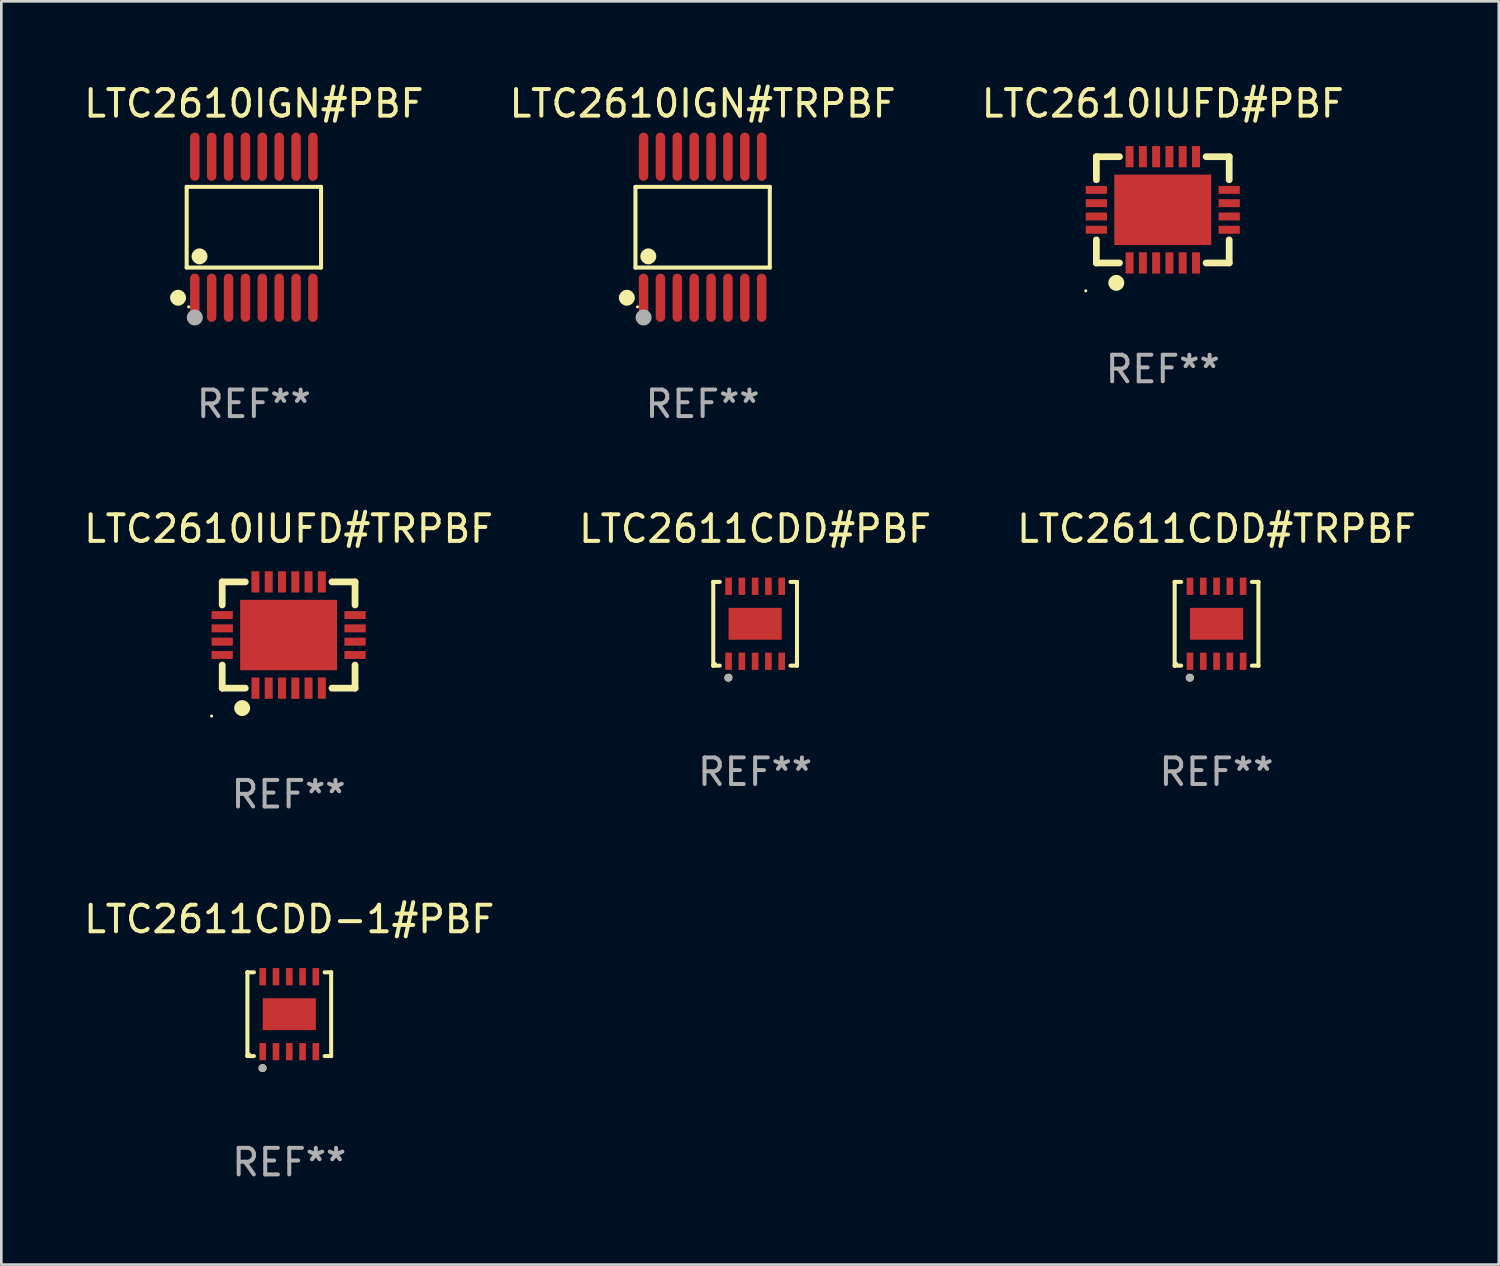
<source format=kicad_pcb>
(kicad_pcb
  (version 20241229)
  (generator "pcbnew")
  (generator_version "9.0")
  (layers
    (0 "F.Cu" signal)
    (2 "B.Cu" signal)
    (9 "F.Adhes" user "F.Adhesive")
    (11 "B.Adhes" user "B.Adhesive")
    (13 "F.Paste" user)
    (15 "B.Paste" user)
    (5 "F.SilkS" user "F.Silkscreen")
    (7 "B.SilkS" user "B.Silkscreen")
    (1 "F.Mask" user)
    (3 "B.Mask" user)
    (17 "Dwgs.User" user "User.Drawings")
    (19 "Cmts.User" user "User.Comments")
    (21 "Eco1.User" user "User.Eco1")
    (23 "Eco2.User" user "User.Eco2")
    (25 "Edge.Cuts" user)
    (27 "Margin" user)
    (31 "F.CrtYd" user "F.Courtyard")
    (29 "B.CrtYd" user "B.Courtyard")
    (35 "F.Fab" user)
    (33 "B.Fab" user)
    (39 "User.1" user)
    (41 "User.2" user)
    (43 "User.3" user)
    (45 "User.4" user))
  (footprint "LTC2611CDD-1#PBF"
    (layer "F.Cu")
    (at 7.839 35.127)
    (property "Reference" "LTC2611CDD-1#PBF" (at 0 -3.576 0) (layer "F.SilkS") (effects (font (size 1 1) (thickness 0.15))))
    (attr through_hole)
    (fp_line (start -1.576 -1.576) (end -1.576 -1.576) (stroke (width 0.152) (type solid)) (layer "F.SilkS"))
    (fp_line (start -1.576 -1.576) (end -1.331 -1.576) (stroke (width 0.152) (type solid)) (layer "F.SilkS"))
    (fp_line (start -1.576 1.576) (end -1.576 -1.576) (stroke (width 0.152) (type solid)) (layer "F.SilkS"))
    (fp_line (start -1.576 1.576) (end -1.576 1.576) (stroke (width 0.152) (type solid)) (layer "F.SilkS"))
    (fp_line (start -1.331 1.576) (end -1.576 1.576) (stroke (width 0.152) (type solid)) (layer "F.SilkS"))
    (fp_line (start 1.331 1.576) (end 1.576 1.576) (stroke (width 0.152) (type solid)) (layer "F.SilkS"))
    (fp_line (start 1.576 -1.576) (end 1.331 -1.576) (stroke (width 0.152) (type solid)) (layer "F.SilkS"))
    (fp_line (start 1.576 -1.576) (end 1.576 -1.576) (stroke (width 0.152) (type solid)) (layer "F.SilkS"))
    (fp_line (start 1.576 1.576) (end 1.576 -1.576) (stroke (width 0.152) (type solid)) (layer "F.SilkS"))
    (fp_line (start 1.576 1.576) (end 1.576 1.576) (stroke (width 0.152) (type solid)) (layer "F.SilkS"))
    (fp_circle (center -1.5 1.5) (end -1.47 1.5) (stroke (width 0.06) (type solid)) (fill no) (layer "F.SilkS"))
    (fp_circle (center -1 2.028) (end -0.925 2.028) (stroke (width 0.15) (type solid)) (fill no) (layer "F.SilkS"))
    (fp_circle (center -1.016 2.032) (end -0.941 2.032) (stroke (width 0.15) (type solid)) (fill no) (layer "F.Fab"))
    (fp_text user "REF**" (at 0 5.576 0) (layer "F.Fab") (effects (font (size 1 1) (thickness 0.15))))
    (pad "1" smd rect (at -1 1.411) (size 0.25 0.65) (layers "F.Cu" "F.Mask" "F.Paste"))
    (pad "2" smd rect (at -0.5 1.411) (size 0.25 0.65) (layers "F.Cu" "F.Mask" "F.Paste"))
    (pad "3" smd rect (at 0 1.411) (size 0.25 0.65) (layers "F.Cu" "F.Mask" "F.Paste"))
    (pad "4" smd rect (at 0.5 1.411) (size 0.25 0.65) (layers "F.Cu" "F.Mask" "F.Paste"))
    (pad "5" smd rect (at 1 1.411) (size 0.25 0.65) (layers "F.Cu" "F.Mask" "F.Paste"))
    (pad "6" smd rect (at 1 -1.411) (size 0.25 0.65) (layers "F.Cu" "F.Mask" "F.Paste"))
    (pad "7" smd rect (at 0.5 -1.411) (size 0.25 0.65) (layers "F.Cu" "F.Mask" "F.Paste"))
    (pad "8" smd rect (at 0 -1.411) (size 0.25 0.65) (layers "F.Cu" "F.Mask" "F.Paste"))
    (pad "9" smd rect (at -0.5 -1.411) (size 0.25 0.65) (layers "F.Cu" "F.Mask" "F.Paste"))
    (pad "10" smd rect (at -1 -1.411) (size 0.25 0.65) (layers "F.Cu" "F.Mask" "F.Paste"))
    (pad "11" smd rect (at 0 0) (size 2 1.2) (layers "F.Cu" "F.Mask" "F.Paste")))
  (footprint "LTC2610IGN#TRPBF"
    (layer "F.Cu")
    (at 23.399 5.503)
    (property "Reference" "LTC2610IGN#TRPBF" (at 0 -4.655 0) (layer "F.SilkS") (effects (font (size 1 1) (thickness 0.15))))
    (attr through_hole)
    (fp_line (start -2.529 -1.519) (end 2.529 -1.519) (stroke (width 0.152) (type solid)) (layer "F.SilkS"))
    (fp_line (start -2.529 1.519) (end -2.529 -1.519) (stroke (width 0.152) (type solid)) (layer "F.SilkS"))
    (fp_line (start 2.529 -1.519) (end 2.529 1.519) (stroke (width 0.152) (type solid)) (layer "F.SilkS"))
    (fp_line (start 2.529 1.519) (end -2.529 1.519) (stroke (width 0.152) (type solid)) (layer "F.SilkS"))
    (fp_circle (center -2.853 2.655) (end -2.703 2.655) (stroke (width 0.3) (type solid)) (fill no) (layer "F.SilkS"))
    (fp_circle (center -2.453 2.998) (end -2.423 2.998) (stroke (width 0.06) (type solid)) (fill no) (layer "F.SilkS"))
    (fp_circle (center -2.045 1.097) (end -1.895 1.097) (stroke (width 0.3) (type solid)) (fill no) (layer "F.SilkS"))
    (fp_circle (center -2.223 3.398) (end -2.072 3.398) (stroke (width 0.3) (type solid)) (fill no) (layer "F.Fab"))
    (fp_text user "REF**" (at 0 6.655 0) (layer "F.Fab") (effects (font (size 1 1) (thickness 0.15))))
    (pad "1" smd oval (at -2.223 2.655) (size 0.356 1.815) (layers "F.Cu" "F.Mask" "F.Paste"))
    (pad "2" smd oval (at -1.588 2.655) (size 0.356 1.815) (layers "F.Cu" "F.Mask" "F.Paste"))
    (pad "3" smd oval (at -0.953 2.655) (size 0.356 1.815) (layers "F.Cu" "F.Mask" "F.Paste"))
    (pad "4" smd oval (at -0.318 2.655) (size 0.356 1.815) (layers "F.Cu" "F.Mask" "F.Paste"))
    (pad "5" smd oval (at 0.318 2.655) (size 0.356 1.815) (layers "F.Cu" "F.Mask" "F.Paste"))
    (pad "6" smd oval (at 0.953 2.655) (size 0.356 1.815) (layers "F.Cu" "F.Mask" "F.Paste"))
    (pad "7" smd oval (at 1.588 2.655) (size 0.356 1.815) (layers "F.Cu" "F.Mask" "F.Paste"))
    (pad "8" smd oval (at 2.223 2.655) (size 0.356 1.815) (layers "F.Cu" "F.Mask" "F.Paste"))
    (pad "9" smd oval (at 2.223 -2.655) (size 0.356 1.815) (layers "F.Cu" "F.Mask" "F.Paste"))
    (pad "10" smd oval (at 1.588 -2.655) (size 0.356 1.815) (layers "F.Cu" "F.Mask" "F.Paste"))
    (pad "11" smd oval (at 0.953 -2.655) (size 0.356 1.815) (layers "F.Cu" "F.Mask" "F.Paste"))
    (pad "12" smd oval (at 0.318 -2.655) (size 0.356 1.815) (layers "F.Cu" "F.Mask" "F.Paste"))
    (pad "13" smd oval (at -0.318 -2.655) (size 0.356 1.815) (layers "F.Cu" "F.Mask" "F.Paste"))
    (pad "14" smd oval (at -0.953 -2.655) (size 0.356 1.815) (layers "F.Cu" "F.Mask" "F.Paste"))
    (pad "15" smd oval (at -1.588 -2.655) (size 0.356 1.815) (layers "F.Cu" "F.Mask" "F.Paste"))
    (pad "16" smd oval (at -2.223 -2.655) (size 0.356 1.815) (layers "F.Cu" "F.Mask" "F.Paste")))
  (footprint "LTC2611CDD#PBF"
    (layer "F.Cu")
    (at 25.375 20.431)
    (property "Reference" "LTC2611CDD#PBF" (at 0 -3.576 0) (layer "F.SilkS") (effects (font (size 1 1) (thickness 0.15))))
    (attr through_hole)
    (fp_line (start -1.576 -1.576) (end -1.576 -1.576) (stroke (width 0.152) (type solid)) (layer "F.SilkS"))
    (fp_line (start -1.576 -1.576) (end -1.331 -1.576) (stroke (width 0.152) (type solid)) (layer "F.SilkS"))
    (fp_line (start -1.576 1.576) (end -1.576 -1.576) (stroke (width 0.152) (type solid)) (layer "F.SilkS"))
    (fp_line (start -1.576 1.576) (end -1.576 1.576) (stroke (width 0.152) (type solid)) (layer "F.SilkS"))
    (fp_line (start -1.331 1.576) (end -1.576 1.576) (stroke (width 0.152) (type solid)) (layer "F.SilkS"))
    (fp_line (start 1.331 1.576) (end 1.576 1.576) (stroke (width 0.152) (type solid)) (layer "F.SilkS"))
    (fp_line (start 1.576 -1.576) (end 1.331 -1.576) (stroke (width 0.152) (type solid)) (layer "F.SilkS"))
    (fp_line (start 1.576 -1.576) (end 1.576 -1.576) (stroke (width 0.152) (type solid)) (layer "F.SilkS"))
    (fp_line (start 1.576 1.576) (end 1.576 -1.576) (stroke (width 0.152) (type solid)) (layer "F.SilkS"))
    (fp_line (start 1.576 1.576) (end 1.576 1.576) (stroke (width 0.152) (type solid)) (layer "F.SilkS"))
    (fp_circle (center -1.5 1.5) (end -1.47 1.5) (stroke (width 0.06) (type solid)) (fill no) (layer "F.SilkS"))
    (fp_circle (center -1 2.028) (end -0.925 2.028) (stroke (width 0.15) (type solid)) (fill no) (layer "F.SilkS"))
    (fp_circle (center -1.016 2.032) (end -0.941 2.032) (stroke (width 0.15) (type solid)) (fill no) (layer "F.Fab"))
    (fp_text user "REF**" (at 0 5.576 0) (layer "F.Fab") (effects (font (size 1 1) (thickness 0.15))))
    (pad "1" smd rect (at -1 1.411) (size 0.25 0.65) (layers "F.Cu" "F.Mask" "F.Paste"))
    (pad "2" smd rect (at -0.5 1.411) (size 0.25 0.65) (layers "F.Cu" "F.Mask" "F.Paste"))
    (pad "3" smd rect (at 0 1.411) (size 0.25 0.65) (layers "F.Cu" "F.Mask" "F.Paste"))
    (pad "4" smd rect (at 0.5 1.411) (size 0.25 0.65) (layers "F.Cu" "F.Mask" "F.Paste"))
    (pad "5" smd rect (at 1 1.411) (size 0.25 0.65) (layers "F.Cu" "F.Mask" "F.Paste"))
    (pad "6" smd rect (at 1 -1.411) (size 0.25 0.65) (layers "F.Cu" "F.Mask" "F.Paste"))
    (pad "7" smd rect (at 0.5 -1.411) (size 0.25 0.65) (layers "F.Cu" "F.Mask" "F.Paste"))
    (pad "8" smd rect (at 0 -1.411) (size 0.25 0.65) (layers "F.Cu" "F.Mask" "F.Paste"))
    (pad "9" smd rect (at -0.5 -1.411) (size 0.25 0.65) (layers "F.Cu" "F.Mask" "F.Paste"))
    (pad "10" smd rect (at -1 -1.411) (size 0.25 0.65) (layers "F.Cu" "F.Mask" "F.Paste"))
    (pad "11" smd rect (at 0 0) (size 2 1.2) (layers "F.Cu" "F.Mask" "F.Paste")))
  (footprint "LTC2610IUFD#TRPBF"
    (layer "F.Cu")
    (at 7.815 20.854)
    (property "Reference" "LTC2610IUFD#TRPBF" (at 0 -4 0) (layer "F.SilkS") (effects (font (size 1 1) (thickness 0.15))))
    (attr through_hole)
    (fp_line (start -2.5 -2) (end -1.631 -2) (stroke (width 0.254) (type solid)) (layer "F.SilkS"))
    (fp_line (start -2.5 -1.131) (end -2.5 -2) (stroke (width 0.254) (type solid)) (layer "F.SilkS"))
    (fp_line (start -2.5 2) (end -2.5 1.131) (stroke (width 0.254) (type solid)) (layer "F.SilkS"))
    (fp_line (start -1.631 2) (end -2.5 2) (stroke (width 0.254) (type solid)) (layer "F.SilkS"))
    (fp_line (start 1.631 -2) (end 2.5 -2) (stroke (width 0.254) (type solid)) (layer "F.SilkS"))
    (fp_line (start 2.5 -2) (end 2.5 -1.131) (stroke (width 0.254) (type solid)) (layer "F.SilkS"))
    (fp_line (start 2.5 1.131) (end 2.5 2) (stroke (width 0.254) (type solid)) (layer "F.SilkS"))
    (fp_line (start 2.5 2) (end 1.631 2) (stroke (width 0.254) (type solid)) (layer "F.SilkS"))
    (fp_circle (center -2.9 3.05) (end -2.87 3.05) (stroke (width 0.06) (type solid)) (fill no) (layer "F.SilkS"))
    (fp_circle (center -1.75 2.75) (end -1.6 2.75) (stroke (width 0.3) (type solid)) (fill no) (layer "F.SilkS"))
    (fp_text user "REF**" (at 0 6 0) (layer "F.Fab") (effects (font (size 1 1) (thickness 0.15))))
    (pad "1" smd rect (at -1.25 2 90) (size 0.8 0.3) (layers "F.Cu" "F.Mask" "F.Paste"))
    (pad "2" smd rect (at -0.75 2 90) (size 0.8 0.3) (layers "F.Cu" "F.Mask" "F.Paste"))
    (pad "3" smd rect (at -0.25 2 90) (size 0.8 0.3) (layers "F.Cu" "F.Mask" "F.Paste"))
    (pad "4" smd rect (at 0.25 2 90) (size 0.8 0.3) (layers "F.Cu" "F.Mask" "F.Paste"))
    (pad "5" smd rect (at 0.75 2 90) (size 0.8 0.3) (layers "F.Cu" "F.Mask" "F.Paste"))
    (pad "6" smd rect (at 1.25 2 90) (size 0.8 0.3) (layers "F.Cu" "F.Mask" "F.Paste"))
    (pad "7" smd rect (at 2.5 0.75 180) (size 0.8 0.3) (layers "F.Cu" "F.Mask" "F.Paste"))
    (pad "8" smd rect (at 2.5 0.25 180) (size 0.8 0.3) (layers "F.Cu" "F.Mask" "F.Paste"))
    (pad "9" smd rect (at 2.5 -0.25 180) (size 0.8 0.3) (layers "F.Cu" "F.Mask" "F.Paste"))
    (pad "10" smd rect (at 2.5 -0.75 180) (size 0.8 0.3) (layers "F.Cu" "F.Mask" "F.Paste"))
    (pad "11" smd rect (at 1.25 -2 270) (size 0.8 0.3) (layers "F.Cu" "F.Mask" "F.Paste"))
    (pad "12" smd rect (at 0.75 -2 270) (size 0.8 0.3) (layers "F.Cu" "F.Mask" "F.Paste"))
    (pad "13" smd rect (at 0.25 -2 270) (size 0.8 0.3) (layers "F.Cu" "F.Mask" "F.Paste"))
    (pad "14" smd rect (at -0.25 -2 270) (size 0.8 0.3) (layers "F.Cu" "F.Mask" "F.Paste"))
    (pad "15" smd rect (at -0.75 -2 270) (size 0.8 0.3) (layers "F.Cu" "F.Mask" "F.Paste"))
    (pad "16" smd rect (at -1.25 -2 270) (size 0.8 0.3) (layers "F.Cu" "F.Mask" "F.Paste"))
    (pad "17" smd rect (at -2.5 -0.75) (size 0.8 0.3) (layers "F.Cu" "F.Mask" "F.Paste"))
    (pad "18" smd rect (at -2.5 -0.25) (size 0.8 0.3) (layers "F.Cu" "F.Mask" "F.Paste"))
    (pad "19" smd rect (at -2.5 0.25) (size 0.8 0.3) (layers "F.Cu" "F.Mask" "F.Paste"))
    (pad "20" smd rect (at -2.5 0.75) (size 0.8 0.3) (layers "F.Cu" "F.Mask" "F.Paste"))
    (pad "21" smd rect (at 0 0) (size 3.65 2.65) (layers "F.Cu" "F.Mask" "F.Paste")))
  (footprint "LTC2611CDD#TRPBF"
    (layer "F.Cu")
    (at 42.744 20.431)
    (property "Reference" "LTC2611CDD#TRPBF" (at 0 -3.576 0) (layer "F.SilkS") (effects (font (size 1 1) (thickness 0.15))))
    (attr through_hole)
    (fp_line (start -1.576 -1.576) (end -1.576 -1.576) (stroke (width 0.152) (type solid)) (layer "F.SilkS"))
    (fp_line (start -1.576 -1.576) (end -1.331 -1.576) (stroke (width 0.152) (type solid)) (layer "F.SilkS"))
    (fp_line (start -1.576 1.576) (end -1.576 -1.576) (stroke (width 0.152) (type solid)) (layer "F.SilkS"))
    (fp_line (start -1.576 1.576) (end -1.576 1.576) (stroke (width 0.152) (type solid)) (layer "F.SilkS"))
    (fp_line (start -1.331 1.576) (end -1.576 1.576) (stroke (width 0.152) (type solid)) (layer "F.SilkS"))
    (fp_line (start 1.331 1.576) (end 1.576 1.576) (stroke (width 0.152) (type solid)) (layer "F.SilkS"))
    (fp_line (start 1.576 -1.576) (end 1.331 -1.576) (stroke (width 0.152) (type solid)) (layer "F.SilkS"))
    (fp_line (start 1.576 -1.576) (end 1.576 -1.576) (stroke (width 0.152) (type solid)) (layer "F.SilkS"))
    (fp_line (start 1.576 1.576) (end 1.576 -1.576) (stroke (width 0.152) (type solid)) (layer "F.SilkS"))
    (fp_line (start 1.576 1.576) (end 1.576 1.576) (stroke (width 0.152) (type solid)) (layer "F.SilkS"))
    (fp_circle (center -1.5 1.5) (end -1.47 1.5) (stroke (width 0.06) (type solid)) (fill no) (layer "F.SilkS"))
    (fp_circle (center -1 2.028) (end -0.925 2.028) (stroke (width 0.15) (type solid)) (fill no) (layer "F.SilkS"))
    (fp_circle (center -1.016 2.032) (end -0.941 2.032) (stroke (width 0.15) (type solid)) (fill no) (layer "F.Fab"))
    (fp_text user "REF**" (at 0 5.576 0) (layer "F.Fab") (effects (font (size 1 1) (thickness 0.15))))
    (pad "1" smd rect (at -1 1.411) (size 0.25 0.65) (layers "F.Cu" "F.Mask" "F.Paste"))
    (pad "2" smd rect (at -0.5 1.411) (size 0.25 0.65) (layers "F.Cu" "F.Mask" "F.Paste"))
    (pad "3" smd rect (at 0 1.411) (size 0.25 0.65) (layers "F.Cu" "F.Mask" "F.Paste"))
    (pad "4" smd rect (at 0.5 1.411) (size 0.25 0.65) (layers "F.Cu" "F.Mask" "F.Paste"))
    (pad "5" smd rect (at 1 1.411) (size 0.25 0.65) (layers "F.Cu" "F.Mask" "F.Paste"))
    (pad "6" smd rect (at 1 -1.411) (size 0.25 0.65) (layers "F.Cu" "F.Mask" "F.Paste"))
    (pad "7" smd rect (at 0.5 -1.411) (size 0.25 0.65) (layers "F.Cu" "F.Mask" "F.Paste"))
    (pad "8" smd rect (at 0 -1.411) (size 0.25 0.65) (layers "F.Cu" "F.Mask" "F.Paste"))
    (pad "9" smd rect (at -0.5 -1.411) (size 0.25 0.65) (layers "F.Cu" "F.Mask" "F.Paste"))
    (pad "10" smd rect (at -1 -1.411) (size 0.25 0.65) (layers "F.Cu" "F.Mask" "F.Paste"))
    (pad "11" smd rect (at 0 0) (size 2 1.2) (layers "F.Cu" "F.Mask" "F.Paste")))
  (footprint "LTC2610IGN#PBF"
    (layer "F.Cu")
    (at 6.506 5.503)
    (property "Reference" "LTC2610IGN#PBF" (at 0 -4.655 0) (layer "F.SilkS") (effects (font (size 1 1) (thickness 0.15))))
    (attr through_hole)
    (fp_line (start -2.529 -1.519) (end 2.529 -1.519) (stroke (width 0.152) (type solid)) (layer "F.SilkS"))
    (fp_line (start -2.529 1.519) (end -2.529 -1.519) (stroke (width 0.152) (type solid)) (layer "F.SilkS"))
    (fp_line (start 2.529 -1.519) (end 2.529 1.519) (stroke (width 0.152) (type solid)) (layer "F.SilkS"))
    (fp_line (start 2.529 1.519) (end -2.529 1.519) (stroke (width 0.152) (type solid)) (layer "F.SilkS"))
    (fp_circle (center -2.853 2.655) (end -2.703 2.655) (stroke (width 0.3) (type solid)) (fill no) (layer "F.SilkS"))
    (fp_circle (center -2.453 2.998) (end -2.423 2.998) (stroke (width 0.06) (type solid)) (fill no) (layer "F.SilkS"))
    (fp_circle (center -2.045 1.097) (end -1.895 1.097) (stroke (width 0.3) (type solid)) (fill no) (layer "F.SilkS"))
    (fp_circle (center -2.223 3.398) (end -2.072 3.398) (stroke (width 0.3) (type solid)) (fill no) (layer "F.Fab"))
    (fp_text user "REF**" (at 0 6.655 0) (layer "F.Fab") (effects (font (size 1 1) (thickness 0.15))))
    (pad "1" smd oval (at -2.223 2.655) (size 0.356 1.815) (layers "F.Cu" "F.Mask" "F.Paste"))
    (pad "2" smd oval (at -1.588 2.655) (size 0.356 1.815) (layers "F.Cu" "F.Mask" "F.Paste"))
    (pad "3" smd oval (at -0.953 2.655) (size 0.356 1.815) (layers "F.Cu" "F.Mask" "F.Paste"))
    (pad "4" smd oval (at -0.318 2.655) (size 0.356 1.815) (layers "F.Cu" "F.Mask" "F.Paste"))
    (pad "5" smd oval (at 0.318 2.655) (size 0.356 1.815) (layers "F.Cu" "F.Mask" "F.Paste"))
    (pad "6" smd oval (at 0.953 2.655) (size 0.356 1.815) (layers "F.Cu" "F.Mask" "F.Paste"))
    (pad "7" smd oval (at 1.588 2.655) (size 0.356 1.815) (layers "F.Cu" "F.Mask" "F.Paste"))
    (pad "8" smd oval (at 2.223 2.655) (size 0.356 1.815) (layers "F.Cu" "F.Mask" "F.Paste"))
    (pad "9" smd oval (at 2.223 -2.655) (size 0.356 1.815) (layers "F.Cu" "F.Mask" "F.Paste"))
    (pad "10" smd oval (at 1.588 -2.655) (size 0.356 1.815) (layers "F.Cu" "F.Mask" "F.Paste"))
    (pad "11" smd oval (at 0.953 -2.655) (size 0.356 1.815) (layers "F.Cu" "F.Mask" "F.Paste"))
    (pad "12" smd oval (at 0.318 -2.655) (size 0.356 1.815) (layers "F.Cu" "F.Mask" "F.Paste"))
    (pad "13" smd oval (at -0.318 -2.655) (size 0.356 1.815) (layers "F.Cu" "F.Mask" "F.Paste"))
    (pad "14" smd oval (at -0.953 -2.655) (size 0.356 1.815) (layers "F.Cu" "F.Mask" "F.Paste"))
    (pad "15" smd oval (at -1.588 -2.655) (size 0.356 1.815) (layers "F.Cu" "F.Mask" "F.Paste"))
    (pad "16" smd oval (at -2.223 -2.655) (size 0.356 1.815) (layers "F.Cu" "F.Mask" "F.Paste")))
  (footprint "LTC2610IUFD#PBF"
    (layer "F.Cu")
    (at 40.72 4.848)
    (property "Reference" "LTC2610IUFD#PBF" (at 0 -4 0) (layer "F.SilkS") (effects (font (size 1 1) (thickness 0.15))))
    (attr through_hole)
    (fp_line (start -2.5 -2) (end -1.631 -2) (stroke (width 0.254) (type solid)) (layer "F.SilkS"))
    (fp_line (start -2.5 -1.131) (end -2.5 -2) (stroke (width 0.254) (type solid)) (layer "F.SilkS"))
    (fp_line (start -2.5 2) (end -2.5 1.131) (stroke (width 0.254) (type solid)) (layer "F.SilkS"))
    (fp_line (start -1.631 2) (end -2.5 2) (stroke (width 0.254) (type solid)) (layer "F.SilkS"))
    (fp_line (start 1.631 -2) (end 2.5 -2) (stroke (width 0.254) (type solid)) (layer "F.SilkS"))
    (fp_line (start 2.5 -2) (end 2.5 -1.131) (stroke (width 0.254) (type solid)) (layer "F.SilkS"))
    (fp_line (start 2.5 1.131) (end 2.5 2) (stroke (width 0.254) (type solid)) (layer "F.SilkS"))
    (fp_line (start 2.5 2) (end 1.631 2) (stroke (width 0.254) (type solid)) (layer "F.SilkS"))
    (fp_circle (center -2.9 3.05) (end -2.87 3.05) (stroke (width 0.06) (type solid)) (fill no) (layer "F.SilkS"))
    (fp_circle (center -1.75 2.75) (end -1.6 2.75) (stroke (width 0.3) (type solid)) (fill no) (layer "F.SilkS"))
    (fp_text user "REF**" (at 0 6 0) (layer "F.Fab") (effects (font (size 1 1) (thickness 0.15))))
    (pad "1" smd rect (at -1.25 2 90) (size 0.8 0.3) (layers "F.Cu" "F.Mask" "F.Paste"))
    (pad "2" smd rect (at -0.75 2 90) (size 0.8 0.3) (layers "F.Cu" "F.Mask" "F.Paste"))
    (pad "3" smd rect (at -0.25 2 90) (size 0.8 0.3) (layers "F.Cu" "F.Mask" "F.Paste"))
    (pad "4" smd rect (at 0.25 2 90) (size 0.8 0.3) (layers "F.Cu" "F.Mask" "F.Paste"))
    (pad "5" smd rect (at 0.75 2 90) (size 0.8 0.3) (layers "F.Cu" "F.Mask" "F.Paste"))
    (pad "6" smd rect (at 1.25 2 90) (size 0.8 0.3) (layers "F.Cu" "F.Mask" "F.Paste"))
    (pad "7" smd rect (at 2.5 0.75 180) (size 0.8 0.3) (layers "F.Cu" "F.Mask" "F.Paste"))
    (pad "8" smd rect (at 2.5 0.25 180) (size 0.8 0.3) (layers "F.Cu" "F.Mask" "F.Paste"))
    (pad "9" smd rect (at 2.5 -0.25 180) (size 0.8 0.3) (layers "F.Cu" "F.Mask" "F.Paste"))
    (pad "10" smd rect (at 2.5 -0.75 180) (size 0.8 0.3) (layers "F.Cu" "F.Mask" "F.Paste"))
    (pad "11" smd rect (at 1.25 -2 270) (size 0.8 0.3) (layers "F.Cu" "F.Mask" "F.Paste"))
    (pad "12" smd rect (at 0.75 -2 270) (size 0.8 0.3) (layers "F.Cu" "F.Mask" "F.Paste"))
    (pad "13" smd rect (at 0.25 -2 270) (size 0.8 0.3) (layers "F.Cu" "F.Mask" "F.Paste"))
    (pad "14" smd rect (at -0.25 -2 270) (size 0.8 0.3) (layers "F.Cu" "F.Mask" "F.Paste"))
    (pad "15" smd rect (at -0.75 -2 270) (size 0.8 0.3) (layers "F.Cu" "F.Mask" "F.Paste"))
    (pad "16" smd rect (at -1.25 -2 270) (size 0.8 0.3) (layers "F.Cu" "F.Mask" "F.Paste"))
    (pad "17" smd rect (at -2.5 -0.75) (size 0.8 0.3) (layers "F.Cu" "F.Mask" "F.Paste"))
    (pad "18" smd rect (at -2.5 -0.25) (size 0.8 0.3) (layers "F.Cu" "F.Mask" "F.Paste"))
    (pad "19" smd rect (at -2.5 0.25) (size 0.8 0.3) (layers "F.Cu" "F.Mask" "F.Paste"))
    (pad "20" smd rect (at -2.5 0.75) (size 0.8 0.3) (layers "F.Cu" "F.Mask" "F.Paste"))
    (pad "21" smd rect (at 0 0) (size 3.65 2.65) (layers "F.Cu" "F.Mask" "F.Paste")))
  (gr_rect
    (start -3 -3)
    (end 53.369 44.552)
    (stroke (width 0.1) (type default))
    (fill no)
    (layer "Edge.Cuts")))
</source>
